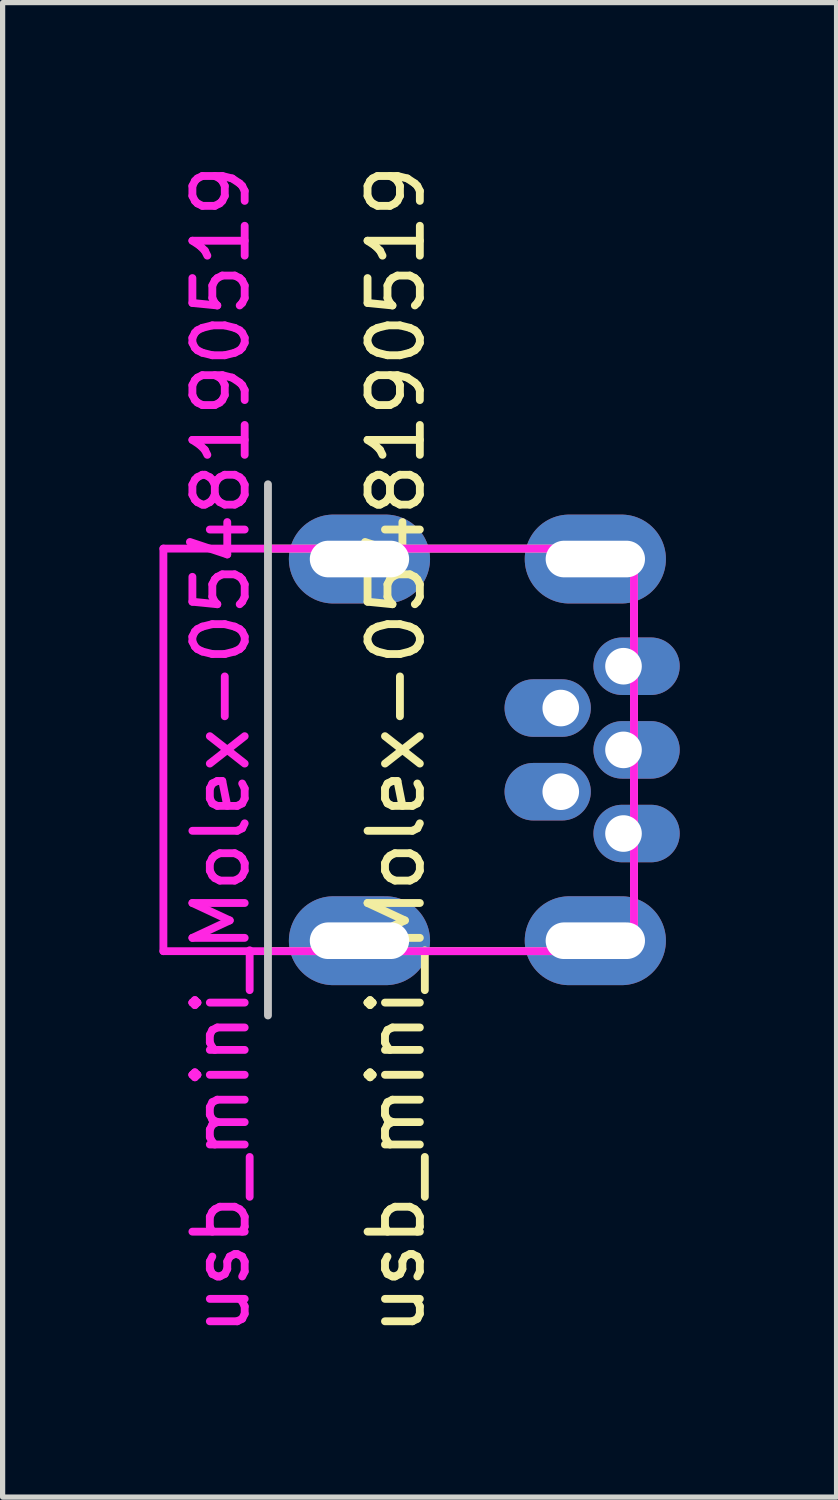
<source format=kicad_pcb>
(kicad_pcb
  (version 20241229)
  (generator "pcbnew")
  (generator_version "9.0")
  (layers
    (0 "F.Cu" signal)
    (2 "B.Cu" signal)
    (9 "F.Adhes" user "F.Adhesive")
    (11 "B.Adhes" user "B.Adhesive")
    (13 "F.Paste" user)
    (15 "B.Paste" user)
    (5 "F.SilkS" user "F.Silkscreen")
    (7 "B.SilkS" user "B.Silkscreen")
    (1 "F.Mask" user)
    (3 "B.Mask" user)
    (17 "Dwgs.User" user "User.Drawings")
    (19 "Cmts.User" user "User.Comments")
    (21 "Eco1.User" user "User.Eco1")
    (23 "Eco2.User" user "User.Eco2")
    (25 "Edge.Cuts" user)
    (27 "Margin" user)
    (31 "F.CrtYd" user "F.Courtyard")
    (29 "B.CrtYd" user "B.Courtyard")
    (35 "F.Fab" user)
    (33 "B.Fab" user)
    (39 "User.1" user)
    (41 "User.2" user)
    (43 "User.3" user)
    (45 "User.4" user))
  (footprint "usb_mini_Molex-0548190519"
    (layer "F.Cu")
    (at 2.075 11.292)
    (property "Reference" "usb_mini_Molex-0548190519" (at -0.9 0 90) (layer "F.CrtYd") (effects (font (size 1 1) (thickness 0.15))))
    (attr smd)
    (fp_line (start 0 -3.85) (end 7 -3.85) (stroke (width 0.15) (type solid)) (layer "F.SilkS"))
    (fp_line (start 7 -3.85) (end 7 3.85) (stroke (width 0.15) (type solid)) (layer "F.SilkS"))
    (fp_line (start 7 3.85) (end 0 3.85) (stroke (width 0.15) (type solid)) (layer "F.SilkS"))
    (fp_line (start 0 -5.08) (end 0 5.08) (stroke (width 0.15) (type solid)) (layer "Dwgs.User"))
    (fp_line (start -2 -3.85) (end -2 3.85) (stroke (width 0.15) (type solid)) (layer "F.CrtYd"))
    (fp_line (start -2 -3.85) (end 7 -3.85) (stroke (width 0.15) (type solid)) (layer "F.CrtYd"))
    (fp_line (start -2 3.85) (end 7 3.85) (stroke (width 0.15) (type solid)) (layer "F.CrtYd"))
    (fp_line (start 7 3.85) (end 7 -3.85) (stroke (width 0.15) (type solid)) (layer "F.CrtYd"))
    (fp_text user "${REFERENCE}" (at 2.45 0 90) (layer "F.SilkS") (effects (font (size 1 1) (thickness 0.15))))
    (pad "1" thru_hole oval (at 6.8 1.6) (size 1.65 1.1) (drill oval 0.7 (offset 0.25 0)) (layers "*.Cu" "B.Mask"))
    (pad "2" thru_hole oval (at 5.6 0.8 180) (size 1.65 1.1) (drill oval 0.7 (offset 0.25 0)) (layers "*.Cu" "B.Mask"))
    (pad "3" thru_hole oval (at 6.8 0) (size 1.65 1.1) (drill oval 0.7 (offset 0.25 0)) (layers "*.Cu" "B.Mask"))
    (pad "4" thru_hole oval (at 5.6 -0.8 180) (size 1.65 1.1) (drill oval 0.7 (offset 0.25 0)) (layers "*.Cu" "B.Mask"))
    (pad "5" thru_hole oval (at 6.8 -1.6) (size 1.65 1.1) (drill oval 0.7 (offset 0.25 0)) (layers "*.Cu" "B.Mask"))
    (pad "6" thru_hole oval (at 1.75 -3.65) (size 2.7 1.7) (drill oval 1.9 0.7) (layers "*.Cu" "*.Mask"))
    (pad "6" thru_hole oval (at 1.75 3.65) (size 2.7 1.7) (drill oval 1.9 0.7) (layers "*.Cu" "*.Mask"))
    (pad "6" thru_hole oval (at 6.261 -3.65) (size 2.7 1.7) (drill oval 1.9 0.7) (layers "*.Cu" "*.Mask"))
    (pad "6" thru_hole oval (at 6.261 3.65) (size 2.7 1.7) (drill oval 1.9 0.7) (layers "*.Cu" "*.Mask")))
  (gr_rect
    (start -3 -3)
    (end 12.95 25.583)
    (stroke (width 0.1) (type default))
    (fill no)
    (layer "Edge.Cuts")))
</source>
